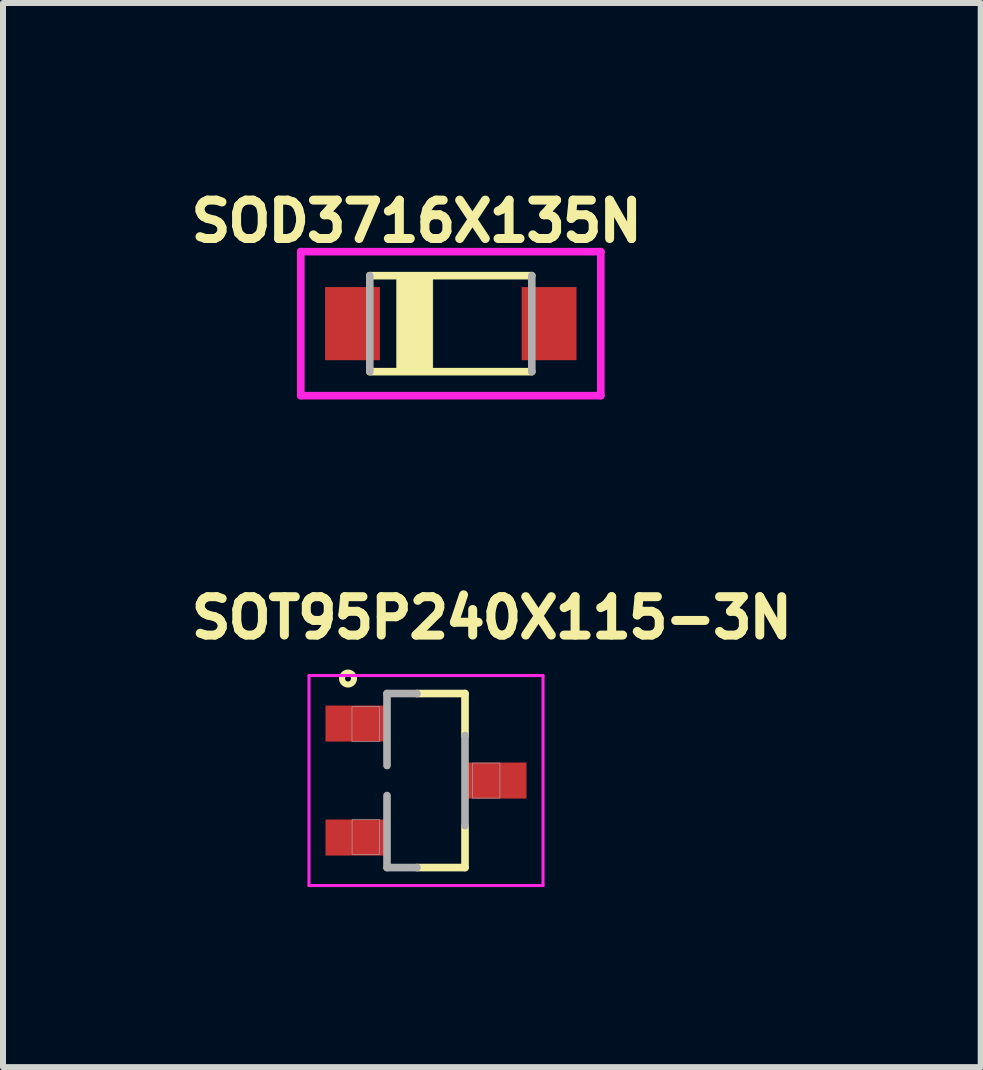
<source format=kicad_pcb>
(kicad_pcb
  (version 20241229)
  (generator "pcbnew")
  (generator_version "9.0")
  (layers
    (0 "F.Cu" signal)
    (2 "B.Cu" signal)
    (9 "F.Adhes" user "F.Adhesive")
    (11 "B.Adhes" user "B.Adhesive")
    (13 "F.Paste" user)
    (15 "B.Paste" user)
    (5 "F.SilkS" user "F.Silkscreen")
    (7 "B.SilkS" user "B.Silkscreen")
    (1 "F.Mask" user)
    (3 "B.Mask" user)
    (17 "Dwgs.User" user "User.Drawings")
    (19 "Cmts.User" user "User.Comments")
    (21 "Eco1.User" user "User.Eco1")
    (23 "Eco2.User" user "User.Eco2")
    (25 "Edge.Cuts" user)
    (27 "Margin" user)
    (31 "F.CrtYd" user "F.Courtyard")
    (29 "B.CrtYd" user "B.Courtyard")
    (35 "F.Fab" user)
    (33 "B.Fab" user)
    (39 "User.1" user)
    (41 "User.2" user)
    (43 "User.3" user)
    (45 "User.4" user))
  (footprint "SOD3716X135N"
    (layer "F.Cu")
    (at 4.463 2.344)
    (property "Reference" "SOD3716X135N" (at -0.568 -1.707 0) (layer "F.SilkS") (effects (font (size 0.64 0.64) (thickness 0.15))))
    (attr through_hole)
    (fp_line (start -1.35 -0.8) (end 1.35 -0.8) (stroke (width 0.127) (type solid)) (layer "F.SilkS"))
    (fp_line (start 1.35 0.8) (end -1.35 0.8) (stroke (width 0.127) (type solid)) (layer "F.SilkS"))
    (fp_poly (pts (xy -0.901 -0.8) (xy -0.3 -0.8) (xy -0.3 0.801) (xy -0.901 0.801)) (stroke (width 0.01) (type solid)) (fill yes) (layer "F.SilkS"))
    (fp_line (start -2.5 -1.2) (end -2.5 1.2) (stroke (width 0.127) (type solid)) (layer "F.CrtYd"))
    (fp_line (start -2.5 1.2) (end 2.5 1.2) (stroke (width 0.127) (type solid)) (layer "F.CrtYd"))
    (fp_line (start 2.5 -1.2) (end -2.5 -1.2) (stroke (width 0.127) (type solid)) (layer "F.CrtYd"))
    (fp_line (start 2.5 1.2) (end 2.5 -1.2) (stroke (width 0.127) (type solid)) (layer "F.CrtYd"))
    (fp_line (start -1.35 0.8) (end -1.35 -0.8) (stroke (width 0.127) (type solid)) (layer "F.Fab"))
    (fp_line (start 1.35 -0.8) (end 1.35 0.8) (stroke (width 0.127) (type solid)) (layer "F.Fab"))
    (pad "A" smd rect (at 1.638 0) (size 0.914 1.219) (layers "F.Cu" "F.Mask" "F.Paste"))
    (pad "C" smd rect (at -1.638 0) (size 0.914 1.219) (layers "F.Cu" "F.Mask" "F.Paste")))
  (footprint "SOT95P240X115-3N"
    (layer "F.Cu")
    (at 4.05 9.959)
    (property "Reference" "SOT95P240X115-3N" (at 1.098 -2.713 0) (layer "F.SilkS") (effects (font (size 0.64 0.64) (thickness 0.15))))
    (attr through_hole)
    (fp_line (start 0.65 -1.45) (end -0.15 -1.45) (stroke (width 0.127) (type solid)) (layer "F.SilkS"))
    (fp_line (start 0.65 -1.45) (end 0.65 -0.75) (stroke (width 0.127) (type solid)) (layer "F.SilkS"))
    (fp_line (start 0.65 1.45) (end -0.15 1.45) (stroke (width 0.127) (type solid)) (layer "F.SilkS"))
    (fp_line (start 0.65 1.45) (end 0.65 0.75) (stroke (width 0.127) (type solid)) (layer "F.SilkS"))
    (fp_circle (center -1.3 -1.7) (end -1.2 -1.7) (stroke (width 0.1) (type solid)) (fill no) (layer "F.SilkS"))
    (fp_line (start -1.95 -1.75) (end 1.95 -1.75) (stroke (width 0.051) (type solid)) (layer "F.CrtYd"))
    (fp_line (start -1.95 1.75) (end -1.95 -1.75) (stroke (width 0.051) (type solid)) (layer "F.CrtYd"))
    (fp_line (start 1.95 -1.75) (end 1.95 1.75) (stroke (width 0.051) (type solid)) (layer "F.CrtYd"))
    (fp_line (start 1.95 1.75) (end -1.95 1.75) (stroke (width 0.051) (type solid)) (layer "F.CrtYd"))
    (fp_line (start -0.65 -1.45) (end -0.65 -0.25) (stroke (width 0.127) (type solid)) (layer "F.Fab"))
    (fp_line (start -0.65 0.25) (end -0.65 1.45) (stroke (width 0.127) (type solid)) (layer "F.Fab"))
    (fp_line (start -0.65 1.45) (end -0.15 1.45) (stroke (width 0.127) (type solid)) (layer "F.Fab"))
    (fp_line (start -0.15 -1.45) (end -0.65 -1.45) (stroke (width 0.127) (type solid)) (layer "F.Fab"))
    (fp_line (start 0.65 -0.75) (end 0.65 0.75) (stroke (width 0.127) (type solid)) (layer "F.Fab"))
    (fp_poly (pts (xy -1.234 -1.232) (xy -0.775 -1.232) (xy -0.775 -0.649) (xy -1.234 -0.649)) (stroke (width 0.01) (type solid)) (fill no) (layer "F.Fab"))
    (fp_poly (pts (xy -1.232 0.648) (xy -0.775 0.648) (xy -0.775 1.232) (xy -1.232 1.232)) (stroke (width 0.01) (type solid)) (fill no) (layer "F.Fab"))
    (fp_poly (pts (xy 0.775 -0.292) (xy 1.232 -0.292) (xy 1.232 0.292) (xy 0.775 0.292)) (stroke (width 0.01) (type solid)) (fill no) (layer "F.Fab"))
    (pad "1" smd rect (at -1.15 -0.95) (size 1.05 0.6) (layers "F.Cu" "F.Mask" "F.Paste"))
    (pad "2" smd rect (at -1.15 0.95) (size 1.05 0.6) (layers "F.Cu" "F.Mask" "F.Paste"))
    (pad "3" smd rect (at 1.15 0) (size 1.05 0.6) (layers "F.Cu" "F.Mask" "F.Paste")))
  (gr_rect
    (start -3 -3)
    (end 13.295 14.735)
    (stroke (width 0.1) (type default))
    (fill no)
    (layer "Edge.Cuts")))
</source>
